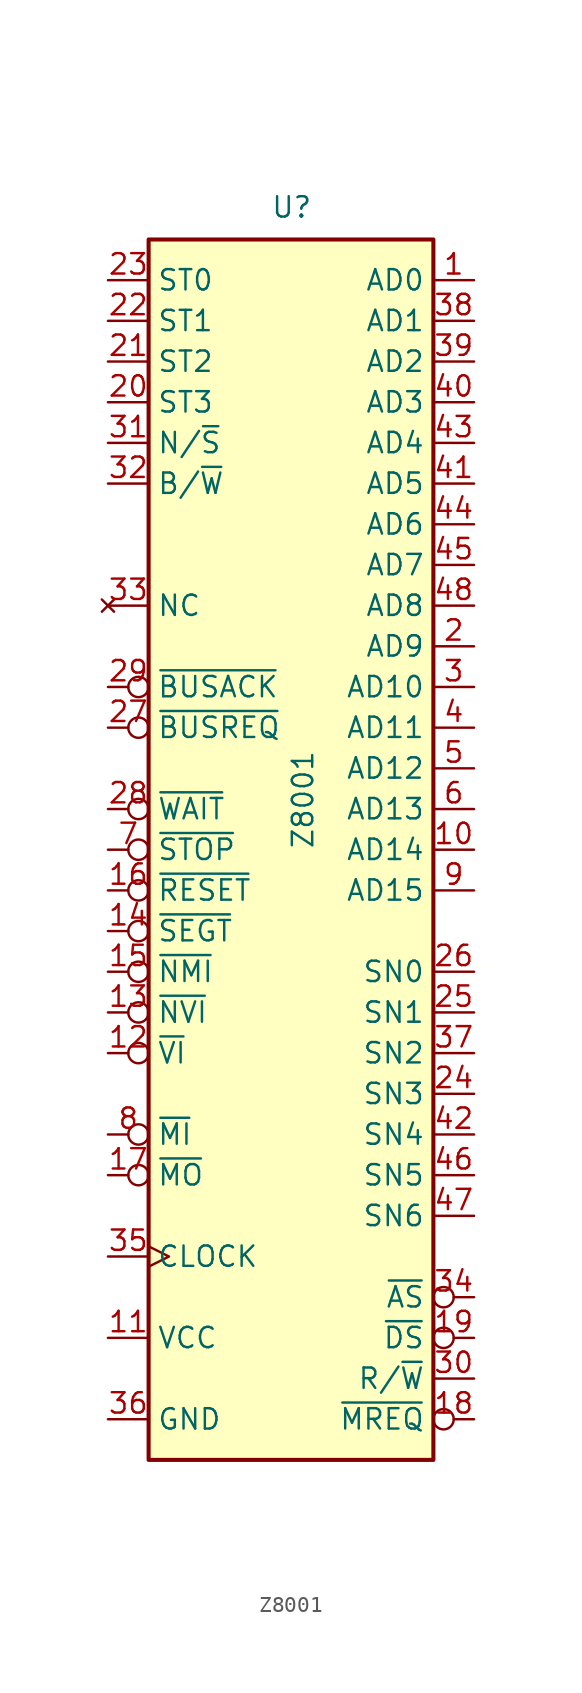
<source format=kicad_sym>
(kicad_symbol_lib
  (version 20220914)
  (generator kicad_symbol_editor)
  (symbol "Z8001"
    (property "Reference" "U"
      (at -1.27 39.37 0)
      (effects (font (size 1.27 1.27)) (justify left bottom)))
    (property "Value" "Z8001"
      (at 0 0 90)
      (effects (font (size 1.27 1.27)) (justify left top)))
    (symbol "Z8001_0_0"
      (pin input inverted (at -11.43 -5.08 0) (length 2.54) (name "~{SEGT}" (effects (font (size 1.27 1.27)))) (number "14" (effects (font (size 1.27 1.27)))))
      (pin output line (at 11.43 -15.24 180) (length 2.54) (name "SN3" (effects (font (size 1.27 1.27)))) (number "24" (effects (font (size 1.27 1.27)))))
      (pin output line (at 11.43 -10.16 180) (length 2.54) (name "SN1" (effects (font (size 1.27 1.27)))) (number "25" (effects (font (size 1.27 1.27)))))
      (pin output line (at 11.43 -7.62 180) (length 2.54) (name "SN0" (effects (font (size 1.27 1.27)))) (number "26" (effects (font (size 1.27 1.27)))))
      (pin output line (at 11.43 -12.7 180) (length 2.54) (name "SN2" (effects (font (size 1.27 1.27)))) (number "37" (effects (font (size 1.27 1.27)))))
      (pin output line (at 11.43 -17.78 180) (length 2.54) (name "SN4" (effects (font (size 1.27 1.27)))) (number "42" (effects (font (size 1.27 1.27)))))
      (pin output line (at 11.43 -20.32 180) (length 2.54) (name "SN5" (effects (font (size 1.27 1.27)))) (number "46" (effects (font (size 1.27 1.27)))))
      (pin output line (at 11.43 -22.86 180) (length 2.54) (name "SN6" (effects (font (size 1.27 1.27)))) (number "47" (effects (font (size 1.27 1.27))))))
    (symbol "Z8001_0_1"
      (rectangle (start -8.89 -38.1) (end 8.89 38.1) (stroke (width 0.254) (type default)) (fill (type background))))
    (symbol "Z8001_1_1"
      (pin bidirectional line (at 11.43 35.56 180) (length 2.54) (name "AD0" (effects (font (size 1.27 1.27)))) (number "1" (effects (font (size 1.27 1.27)))))
      (pin bidirectional line (at 11.43 0 180) (length 2.54) (name "AD14" (effects (font (size 1.27 1.27)))) (number "10" (effects (font (size 1.27 1.27)))))
      (pin power_in line (at -11.43 -30.48 0) (length 2.54) (name "VCC" (effects (font (size 1.27 1.27)))) (number "11" (effects (font (size 1.27 1.27)))))
      (pin input inverted (at -11.43 -12.7 0) (length 2.54) (name "~{VI}" (effects (font (size 1.27 1.27)))) (number "12" (effects (font (size 1.27 1.27)))))
      (pin input inverted (at -11.43 -10.16 0) (length 2.54) (name "~{NVI}" (effects (font (size 1.27 1.27)))) (number "13" (effects (font (size 1.27 1.27)))))
      (pin input inverted (at -11.43 -7.62 0) (length 2.54) (name "~{NMI}" (effects (font (size 1.27 1.27)))) (number "15" (effects (font (size 1.27 1.27)))))
      (pin input inverted (at -11.43 -2.54 0) (length 2.54) (name "~{RESET}" (effects (font (size 1.27 1.27)))) (number "16" (effects (font (size 1.27 1.27)))))
      (pin output inverted (at -11.43 -20.32 0) (length 2.54) (name "~{MO}" (effects (font (size 1.27 1.27)))) (number "17" (effects (font (size 1.27 1.27)))))
      (pin output inverted (at 11.43 -35.56 180) (length 2.54) (name "~{MREQ}" (effects (font (size 1.27 1.27)))) (number "18" (effects (font (size 1.27 1.27)))))
      (pin output inverted (at 11.43 -30.48 180) (length 2.54) (name "~{DS}" (effects (font (size 1.27 1.27)))) (number "19" (effects (font (size 1.27 1.27)))))
      (pin bidirectional line (at 11.43 12.7 180) (length 2.54) (name "AD9" (effects (font (size 1.27 1.27)))) (number "2" (effects (font (size 1.27 1.27)))))
      (pin output line (at -11.43 27.94 0) (length 2.54) (name "ST3" (effects (font (size 1.27 1.27)))) (number "20" (effects (font (size 1.27 1.27)))))
      (pin output line (at -11.43 30.48 0) (length 2.54) (name "ST2" (effects (font (size 1.27 1.27)))) (number "21" (effects (font (size 1.27 1.27)))))
      (pin output line (at -11.43 33.02 0) (length 2.54) (name "ST1" (effects (font (size 1.27 1.27)))) (number "22" (effects (font (size 1.27 1.27)))))
      (pin output line (at -11.43 35.56 0) (length 2.54) (name "ST0" (effects (font (size 1.27 1.27)))) (number "23" (effects (font (size 1.27 1.27)))))
      (pin input inverted (at -11.43 7.62 0) (length 2.54) (name "~{BUSREQ}" (effects (font (size 1.27 1.27)))) (number "27" (effects (font (size 1.27 1.27)))))
      (pin input inverted (at -11.43 2.54 0) (length 2.54) (name "~{WAIT}" (effects (font (size 1.27 1.27)))) (number "28" (effects (font (size 1.27 1.27)))))
      (pin output inverted (at -11.43 10.16 0) (length 2.54) (name "~{BUSACK}" (effects (font (size 1.27 1.27)))) (number "29" (effects (font (size 1.27 1.27)))))
      (pin bidirectional line (at 11.43 10.16 180) (length 2.54) (name "AD10" (effects (font (size 1.27 1.27)))) (number "3" (effects (font (size 1.27 1.27)))))
      (pin output line (at 11.43 -33.02 180) (length 2.54) (name "R/~{W}" (effects (font (size 1.27 1.27)))) (number "30" (effects (font (size 1.27 1.27)))))
      (pin output line (at -11.43 25.4 0) (length 2.54) (name "N/~{S}" (effects (font (size 1.27 1.27)))) (number "31" (effects (font (size 1.27 1.27)))))
      (pin output line (at -11.43 22.86 0) (length 2.54) (name "B/~{W}" (effects (font (size 1.27 1.27)))) (number "32" (effects (font (size 1.27 1.27)))))
      (pin no_connect line (at -11.43 15.24 0) (length 2.54) (name "NC" (effects (font (size 1.27 1.27)))) (number "33" (effects (font (size 1.27 1.27)))))
      (pin output inverted (at 11.43 -27.94 180) (length 2.54) (name "~{AS}" (effects (font (size 1.27 1.27)))) (number "34" (effects (font (size 1.27 1.27)))))
      (pin input clock (at -11.43 -25.4 0) (length 2.54) (name "CLOCK" (effects (font (size 1.27 1.27)))) (number "35" (effects (font (size 1.27 1.27)))))
      (pin power_in line (at -11.43 -35.56 0) (length 2.54) (name "GND" (effects (font (size 1.27 1.27)))) (number "36" (effects (font (size 1.27 1.27)))))
      (pin bidirectional line (at 11.43 33.02 180) (length 2.54) (name "AD1" (effects (font (size 1.27 1.27)))) (number "38" (effects (font (size 1.27 1.27)))))
      (pin bidirectional line (at 11.43 30.48 180) (length 2.54) (name "AD2" (effects (font (size 1.27 1.27)))) (number "39" (effects (font (size 1.27 1.27)))))
      (pin bidirectional line (at 11.43 7.62 180) (length 2.54) (name "AD11" (effects (font (size 1.27 1.27)))) (number "4" (effects (font (size 1.27 1.27)))))
      (pin bidirectional line (at 11.43 27.94 180) (length 2.54) (name "AD3" (effects (font (size 1.27 1.27)))) (number "40" (effects (font (size 1.27 1.27)))))
      (pin bidirectional line (at 11.43 22.86 180) (length 2.54) (name "AD5" (effects (font (size 1.27 1.27)))) (number "41" (effects (font (size 1.27 1.27)))))
      (pin bidirectional line (at 11.43 25.4 180) (length 2.54) (name "AD4" (effects (font (size 1.27 1.27)))) (number "43" (effects (font (size 1.27 1.27)))))
      (pin bidirectional line (at 11.43 20.32 180) (length 2.54) (name "AD6" (effects (font (size 1.27 1.27)))) (number "44" (effects (font (size 1.27 1.27)))))
      (pin bidirectional line (at 11.43 17.78 180) (length 2.54) (name "AD7" (effects (font (size 1.27 1.27)))) (number "45" (effects (font (size 1.27 1.27)))))
      (pin bidirectional line (at 11.43 15.24 180) (length 2.54) (name "AD8" (effects (font (size 1.27 1.27)))) (number "48" (effects (font (size 1.27 1.27)))))
      (pin bidirectional line (at 11.43 5.08 180) (length 2.54) (name "AD12" (effects (font (size 1.27 1.27)))) (number "5" (effects (font (size 1.27 1.27)))))
      (pin bidirectional line (at 11.43 2.54 180) (length 2.54) (name "AD13" (effects (font (size 1.27 1.27)))) (number "6" (effects (font (size 1.27 1.27)))))
      (pin input inverted (at -11.43 0 0) (length 2.54) (name "~{STOP}" (effects (font (size 1.27 1.27)))) (number "7" (effects (font (size 1.27 1.27)))))
      (pin input inverted (at -11.43 -17.78 0) (length 2.54) (name "~{MI}" (effects (font (size 1.27 1.27)))) (number "8" (effects (font (size 1.27 1.27)))))
      (pin bidirectional line (at 11.43 -2.54 180) (length 2.54) (name "AD15" (effects (font (size 1.27 1.27)))) (number "9" (effects (font (size 1.27 1.27))))))))
</source>
